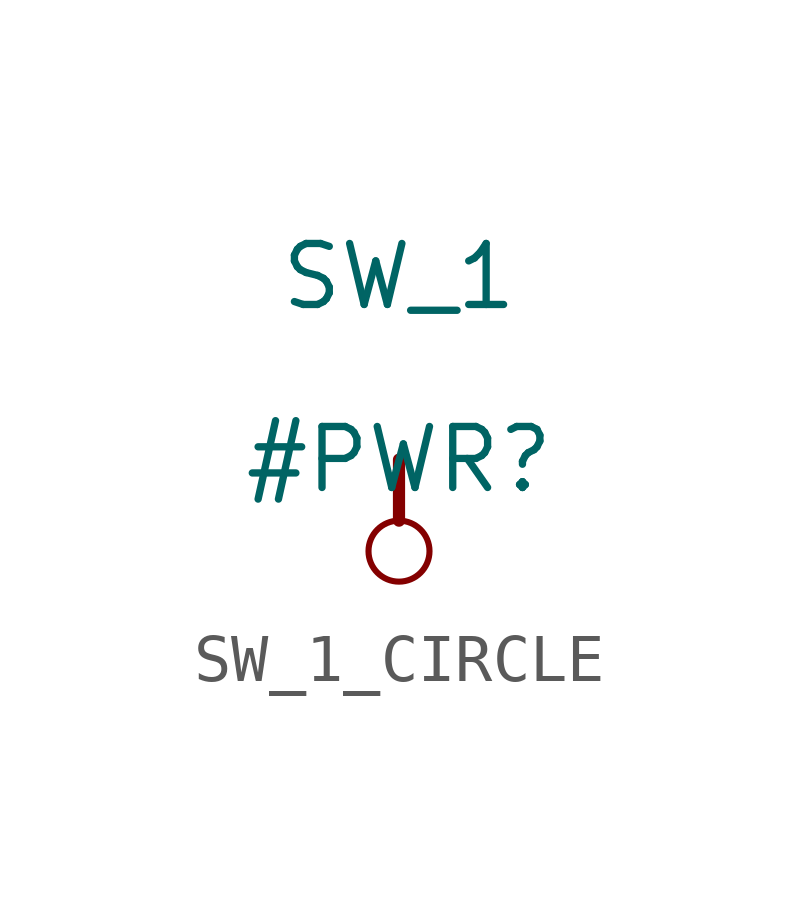
<source format=kicad_sym>
(kicad_symbol_lib
  (version 20231120)
  (generator "kicad_symbol_editor")
  (generator_version "8.0")
  (symbol "SW_1_CIRCLE"
    (power)
    (property "Reference" "#PWR"
      (at 0 0 0)
      (effects (font (size 1.27 1.27))))
    (property "Value" "SW_1"
      (at 0 3.81 0)
      (effects (font (size 1.27 1.27))))
    (symbol "SW_1_CIRCLE_0_0"
      (circle (center 0 -1.905) (radius 0.635) (stroke (width 0.127) (type solid)) (fill (type none)))
      (polyline (pts (xy 0 0) (xy 0 -1.27)) (stroke (width 0.254) (type solid)) (fill (type none)))
      (pin power_in line (at 0 0 0) (length 0) hide (name "SW_1" (effects (font (size 1.27 1.27)))) (number "" (effects (font (size 1.27 1.27))))))))
</source>
